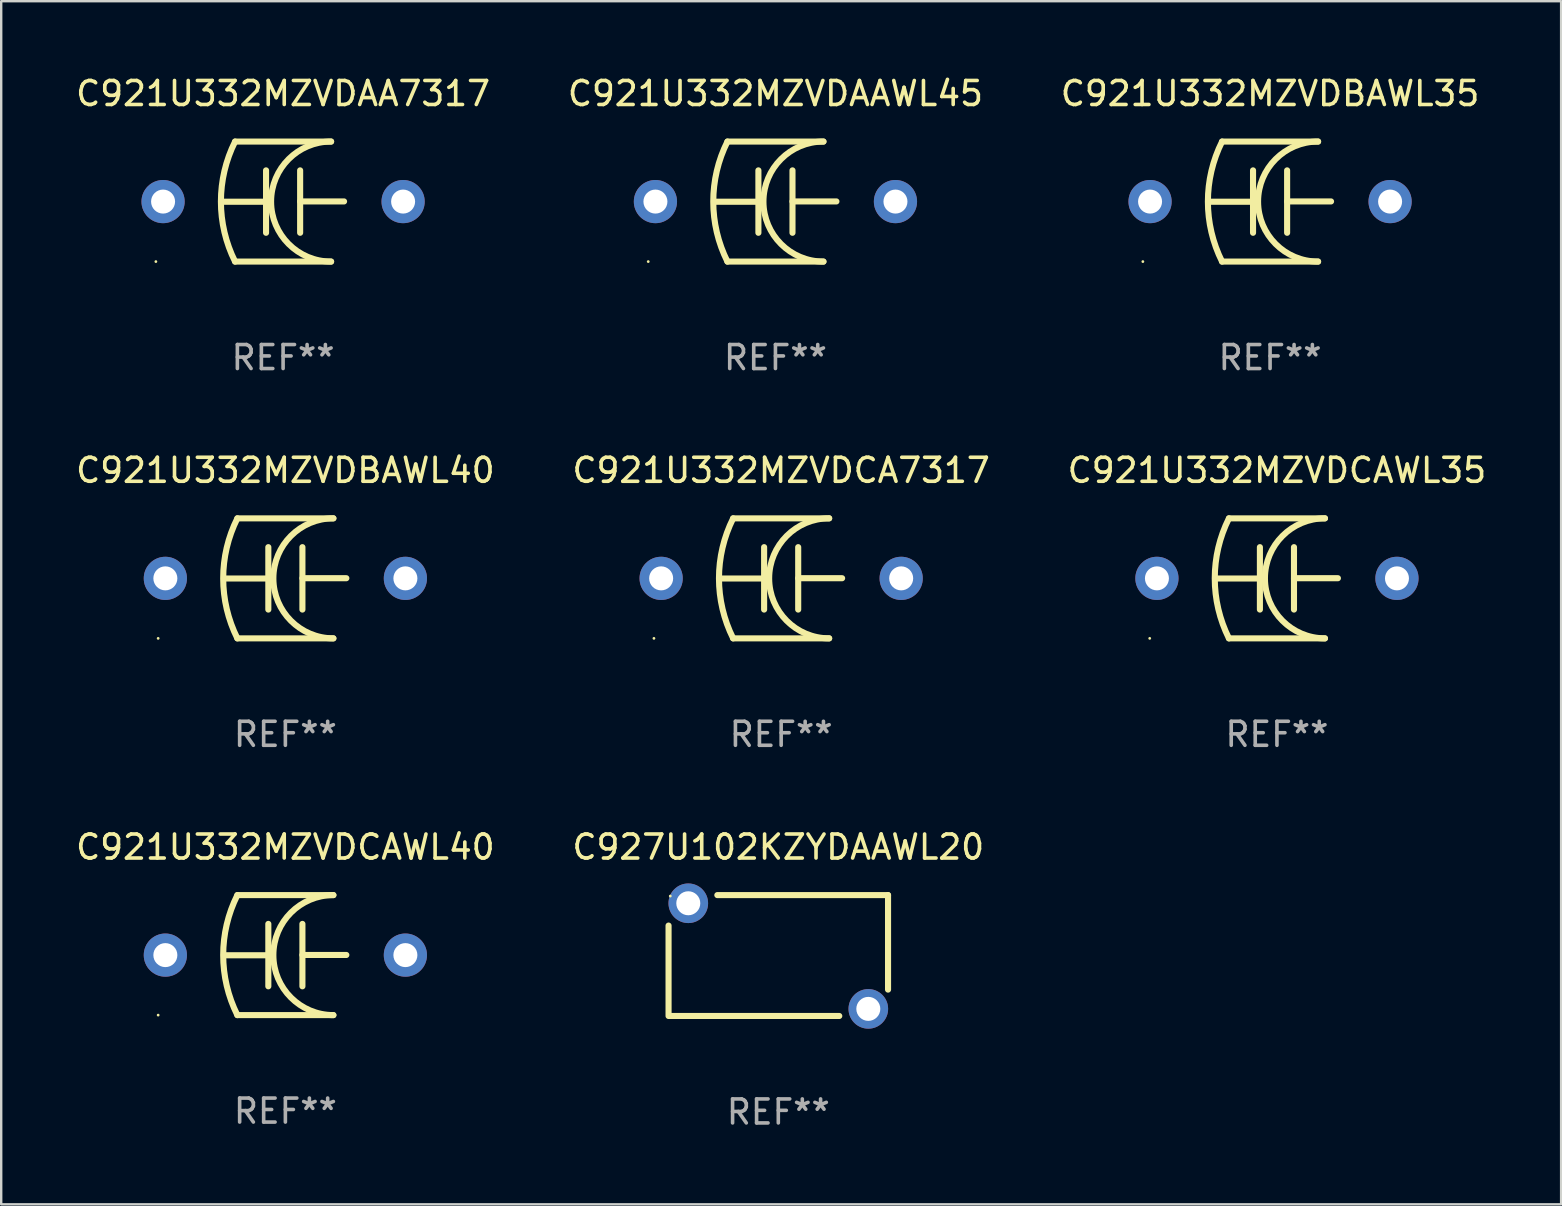
<source format=kicad_pcb>
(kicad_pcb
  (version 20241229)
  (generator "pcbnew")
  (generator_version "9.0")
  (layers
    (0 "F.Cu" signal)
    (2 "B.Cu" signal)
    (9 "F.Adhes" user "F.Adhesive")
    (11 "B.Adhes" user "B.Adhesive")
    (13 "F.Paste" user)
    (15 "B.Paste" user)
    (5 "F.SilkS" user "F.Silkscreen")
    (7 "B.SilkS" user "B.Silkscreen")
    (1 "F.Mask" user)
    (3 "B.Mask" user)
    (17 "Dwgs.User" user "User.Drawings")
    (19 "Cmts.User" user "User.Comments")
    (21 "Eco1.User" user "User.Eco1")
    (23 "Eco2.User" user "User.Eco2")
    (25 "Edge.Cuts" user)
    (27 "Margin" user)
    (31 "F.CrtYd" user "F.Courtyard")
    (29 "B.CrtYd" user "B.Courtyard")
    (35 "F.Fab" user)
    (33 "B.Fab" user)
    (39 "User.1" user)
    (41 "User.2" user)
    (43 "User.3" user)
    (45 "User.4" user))
  (footprint "C927U102KZYDAAWL20"
    (layer "F.Cu")
    (at 29.375 36.759)
    (property "Reference" "C927U102KZYDAAWL20" (at 0 -4.518 0) (layer "F.SilkS") (effects (font (size 1 1) (thickness 0.15))))
    (attr through_hole)
    (fp_line (start -4.572 2.435) (end -4.572 -1.248) (stroke (width 0.254) (type solid)) (layer "F.SilkS"))
    (fp_line (start -4.572 2.518) (end 2.54 2.518) (stroke (width 0.254) (type solid)) (layer "F.SilkS"))
    (fp_line (start -2.54 -2.518) (end 4.572 -2.518) (stroke (width 0.254) (type solid)) (layer "F.SilkS"))
    (fp_line (start 4.572 -2.518) (end 4.572 1.419) (stroke (width 0.254) (type solid)) (layer "F.SilkS"))
    (fp_circle (center -4.5 -2.478) (end -4.47 -2.478) (stroke (width 0.06) (type solid)) (fill no) (layer "F.SilkS"))
    (fp_text user "REF**" (at 0 6.518 0) (layer "F.Fab") (effects (font (size 1 1) (thickness 0.15))))
    (pad "1" thru_hole circle (at -3.75 -2.178) (size 1.65 1.65) (drill 1) (layers "*.Cu" "*.Mask"))
    (pad "2" thru_hole circle (at 3.75 2.222) (size 1.65 1.65) (drill 1) (layers "*.Cu" "*.Mask")))
  (footprint "C921U332MZVDBAWL40"
    (layer "F.Cu")
    (at 8.839 21.045)
    (property "Reference" "C921U332MZVDBAWL40" (at 0 -4.5 0) (layer "F.SilkS") (effects (font (size 1 1) (thickness 0.15))))
    (attr through_hole)
    (fp_line (start -2 -2.5) (end 2 -2.5) (stroke (width 0.254) (type solid)) (layer "F.SilkS"))
    (fp_line (start -0.71 -1.3) (end -0.71 1.3) (stroke (width 0.254) (type solid)) (layer "F.SilkS"))
    (fp_line (start -0.71 0.006) (end -2.54 0.006) (stroke (width 0.254) (type solid)) (layer "F.SilkS"))
    (fp_line (start 0.71 -0.006) (end 2.54 -0.006) (stroke (width 0.254) (type solid)) (layer "F.SilkS"))
    (fp_line (start 0.71 1.3) (end 0.71 -1.3) (stroke (width 0.254) (type solid)) (layer "F.SilkS"))
    (fp_line (start 2 2.5) (end -2 2.5) (stroke (width 0.254) (type solid)) (layer "F.SilkS"))
    (fp_arc (start -2 2.500178) (mid -2.590216 0.000098) (end -2.000076 -2.5) (stroke (width 0.254001) (type solid)) (layer "F.SilkS"))
    (fp_arc (start 1.999924 2.5) (mid -0.500025 -0.000838) (end 2.000508 -2.501092) (stroke (width 0.254001) (type solid)) (layer "F.SilkS"))
    (fp_circle (center -5.3 2.5) (end -5.27 2.5) (stroke (width 0.06) (type solid)) (fill no) (layer "F.SilkS"))
    (fp_text user "REF**" (at 0 6.5 0) (layer "F.Fab") (effects (font (size 1 1) (thickness 0.15))))
    (pad "1" thru_hole circle (at -5 0.000051) (size 1.8 1.8) (drill 1) (layers "*.Cu" "*.Mask"))
    (pad "2" thru_hole circle (at 5 0.000051) (size 1.8 1.8) (drill 1) (layers "*.Cu" "*.Mask")))
  (footprint "C921U332MZVDAA7317"
    (layer "F.Cu")
    (at 8.744 5.348)
    (property "Reference" "C921U332MZVDAA7317" (at 0 -4.5 0) (layer "F.SilkS") (effects (font (size 1 1) (thickness 0.15))))
    (attr through_hole)
    (fp_line (start -2 -2.5) (end 2 -2.5) (stroke (width 0.254) (type solid)) (layer "F.SilkS"))
    (fp_line (start -0.71 -1.3) (end -0.71 1.3) (stroke (width 0.254) (type solid)) (layer "F.SilkS"))
    (fp_line (start -0.71 0.006) (end -2.54 0.006) (stroke (width 0.254) (type solid)) (layer "F.SilkS"))
    (fp_line (start 0.71 -0.006) (end 2.54 -0.006) (stroke (width 0.254) (type solid)) (layer "F.SilkS"))
    (fp_line (start 0.71 1.3) (end 0.71 -1.3) (stroke (width 0.254) (type solid)) (layer "F.SilkS"))
    (fp_line (start 2 2.5) (end -2 2.5) (stroke (width 0.254) (type solid)) (layer "F.SilkS"))
    (fp_arc (start -2 2.500178) (mid -2.590216 0.000098) (end -2.000076 -2.5) (stroke (width 0.254001) (type solid)) (layer "F.SilkS"))
    (fp_arc (start 1.999924 2.5) (mid -0.500025 -0.000838) (end 2.000508 -2.501092) (stroke (width 0.254001) (type solid)) (layer "F.SilkS"))
    (fp_circle (center -5.3 2.5) (end -5.27 2.5) (stroke (width 0.06) (type solid)) (fill no) (layer "F.SilkS"))
    (fp_text user "REF**" (at 0 6.5 0) (layer "F.Fab") (effects (font (size 1 1) (thickness 0.15))))
    (pad "1" thru_hole circle (at -5 0.000051) (size 1.8 1.8) (drill 1) (layers "*.Cu" "*.Mask"))
    (pad "2" thru_hole circle (at 5 0.000051) (size 1.8 1.8) (drill 1) (layers "*.Cu" "*.Mask")))
  (footprint "C921U332MZVDCAWL35"
    (layer "F.Cu")
    (at 50.149 21.045)
    (property "Reference" "C921U332MZVDCAWL35" (at 0 -4.5 0) (layer "F.SilkS") (effects (font (size 1 1) (thickness 0.15))))
    (attr through_hole)
    (fp_line (start -2 -2.5) (end 2 -2.5) (stroke (width 0.254) (type solid)) (layer "F.SilkS"))
    (fp_line (start -0.71 -1.3) (end -0.71 1.3) (stroke (width 0.254) (type solid)) (layer "F.SilkS"))
    (fp_line (start -0.71 0.006) (end -2.54 0.006) (stroke (width 0.254) (type solid)) (layer "F.SilkS"))
    (fp_line (start 0.71 -0.006) (end 2.54 -0.006) (stroke (width 0.254) (type solid)) (layer "F.SilkS"))
    (fp_line (start 0.71 1.3) (end 0.71 -1.3) (stroke (width 0.254) (type solid)) (layer "F.SilkS"))
    (fp_line (start 2 2.5) (end -2 2.5) (stroke (width 0.254) (type solid)) (layer "F.SilkS"))
    (fp_arc (start -2 2.500178) (mid -2.590216 0.000098) (end -2.000076 -2.5) (stroke (width 0.254001) (type solid)) (layer "F.SilkS"))
    (fp_arc (start 1.999924 2.5) (mid -0.500025 -0.000838) (end 2.000508 -2.501092) (stroke (width 0.254001) (type solid)) (layer "F.SilkS"))
    (fp_circle (center -5.3 2.5) (end -5.27 2.5) (stroke (width 0.06) (type solid)) (fill no) (layer "F.SilkS"))
    (fp_text user "REF**" (at 0 6.5 0) (layer "F.Fab") (effects (font (size 1 1) (thickness 0.15))))
    (pad "1" thru_hole circle (at -5 0.000051) (size 1.8 1.8) (drill 1) (layers "*.Cu" "*.Mask"))
    (pad "2" thru_hole circle (at 5 0.000051) (size 1.8 1.8) (drill 1) (layers "*.Cu" "*.Mask")))
  (footprint "C921U332MZVDAAWL45"
    (layer "F.Cu")
    (at 29.256 5.348)
    (property "Reference" "C921U332MZVDAAWL45" (at 0 -4.5 0) (layer "F.SilkS") (effects (font (size 1 1) (thickness 0.15))))
    (attr through_hole)
    (fp_line (start -2 -2.5) (end 2 -2.5) (stroke (width 0.254) (type solid)) (layer "F.SilkS"))
    (fp_line (start -0.71 -1.3) (end -0.71 1.3) (stroke (width 0.254) (type solid)) (layer "F.SilkS"))
    (fp_line (start -0.71 0.006) (end -2.54 0.006) (stroke (width 0.254) (type solid)) (layer "F.SilkS"))
    (fp_line (start 0.71 -0.006) (end 2.54 -0.006) (stroke (width 0.254) (type solid)) (layer "F.SilkS"))
    (fp_line (start 0.71 1.3) (end 0.71 -1.3) (stroke (width 0.254) (type solid)) (layer "F.SilkS"))
    (fp_line (start 2 2.5) (end -2 2.5) (stroke (width 0.254) (type solid)) (layer "F.SilkS"))
    (fp_arc (start -2 2.500178) (mid -2.590216 0.000098) (end -2.000076 -2.5) (stroke (width 0.254001) (type solid)) (layer "F.SilkS"))
    (fp_arc (start 1.999924 2.5) (mid -0.500025 -0.000838) (end 2.000508 -2.501092) (stroke (width 0.254001) (type solid)) (layer "F.SilkS"))
    (fp_circle (center -5.3 2.5) (end -5.27 2.5) (stroke (width 0.06) (type solid)) (fill no) (layer "F.SilkS"))
    (fp_text user "REF**" (at 0 6.5 0) (layer "F.Fab") (effects (font (size 1 1) (thickness 0.15))))
    (pad "1" thru_hole circle (at -5 0.000051) (size 1.8 1.8) (drill 1) (layers "*.Cu" "*.Mask"))
    (pad "2" thru_hole circle (at 5 0.000051) (size 1.8 1.8) (drill 1) (layers "*.Cu" "*.Mask")))
  (footprint "C921U332MZVDCA7317"
    (layer "F.Cu")
    (at 29.494 21.045)
    (property "Reference" "C921U332MZVDCA7317" (at 0 -4.5 0) (layer "F.SilkS") (effects (font (size 1 1) (thickness 0.15))))
    (attr through_hole)
    (fp_line (start -2 -2.5) (end 2 -2.5) (stroke (width 0.254) (type solid)) (layer "F.SilkS"))
    (fp_line (start -0.71 -1.3) (end -0.71 1.3) (stroke (width 0.254) (type solid)) (layer "F.SilkS"))
    (fp_line (start -0.71 0.006) (end -2.54 0.006) (stroke (width 0.254) (type solid)) (layer "F.SilkS"))
    (fp_line (start 0.71 -0.006) (end 2.54 -0.006) (stroke (width 0.254) (type solid)) (layer "F.SilkS"))
    (fp_line (start 0.71 1.3) (end 0.71 -1.3) (stroke (width 0.254) (type solid)) (layer "F.SilkS"))
    (fp_line (start 2 2.5) (end -2 2.5) (stroke (width 0.254) (type solid)) (layer "F.SilkS"))
    (fp_arc (start -2 2.500178) (mid -2.590216 0.000098) (end -2.000076 -2.5) (stroke (width 0.254001) (type solid)) (layer "F.SilkS"))
    (fp_arc (start 1.999924 2.5) (mid -0.500025 -0.000838) (end 2.000508 -2.501092) (stroke (width 0.254001) (type solid)) (layer "F.SilkS"))
    (fp_circle (center -5.3 2.5) (end -5.27 2.5) (stroke (width 0.06) (type solid)) (fill no) (layer "F.SilkS"))
    (fp_text user "REF**" (at 0 6.5 0) (layer "F.Fab") (effects (font (size 1 1) (thickness 0.15))))
    (pad "1" thru_hole circle (at -5 0.000051) (size 1.8 1.8) (drill 1) (layers "*.Cu" "*.Mask"))
    (pad "2" thru_hole circle (at 5 0.000051) (size 1.8 1.8) (drill 1) (layers "*.Cu" "*.Mask")))
  (footprint "C921U332MZVDCAWL40"
    (layer "F.Cu")
    (at 8.839 36.741)
    (property "Reference" "C921U332MZVDCAWL40" (at 0 -4.5 0) (layer "F.SilkS") (effects (font (size 1 1) (thickness 0.15))))
    (attr through_hole)
    (fp_line (start -2 -2.5) (end 2 -2.5) (stroke (width 0.254) (type solid)) (layer "F.SilkS"))
    (fp_line (start -0.71 -1.3) (end -0.71 1.3) (stroke (width 0.254) (type solid)) (layer "F.SilkS"))
    (fp_line (start -0.71 0.006) (end -2.54 0.006) (stroke (width 0.254) (type solid)) (layer "F.SilkS"))
    (fp_line (start 0.71 -0.006) (end 2.54 -0.006) (stroke (width 0.254) (type solid)) (layer "F.SilkS"))
    (fp_line (start 0.71 1.3) (end 0.71 -1.3) (stroke (width 0.254) (type solid)) (layer "F.SilkS"))
    (fp_line (start 2 2.5) (end -2 2.5) (stroke (width 0.254) (type solid)) (layer "F.SilkS"))
    (fp_arc (start -2 2.500178) (mid -2.590216 0.000098) (end -2.000076 -2.5) (stroke (width 0.254001) (type solid)) (layer "F.SilkS"))
    (fp_arc (start 1.999924 2.5) (mid -0.500025 -0.000838) (end 2.000508 -2.501092) (stroke (width 0.254001) (type solid)) (layer "F.SilkS"))
    (fp_circle (center -5.3 2.5) (end -5.27 2.5) (stroke (width 0.06) (type solid)) (fill no) (layer "F.SilkS"))
    (fp_text user "REF**" (at 0 6.5 0) (layer "F.Fab") (effects (font (size 1 1) (thickness 0.15))))
    (pad "1" thru_hole circle (at -5 0.000051) (size 1.8 1.8) (drill 1) (layers "*.Cu" "*.Mask"))
    (pad "2" thru_hole circle (at 5 0.000051) (size 1.8 1.8) (drill 1) (layers "*.Cu" "*.Mask")))
  (footprint "C921U332MZVDBAWL35"
    (layer "F.Cu")
    (at 49.863 5.348)
    (property "Reference" "C921U332MZVDBAWL35" (at 0 -4.5 0) (layer "F.SilkS") (effects (font (size 1 1) (thickness 0.15))))
    (attr through_hole)
    (fp_line (start -2 -2.5) (end 2 -2.5) (stroke (width 0.254) (type solid)) (layer "F.SilkS"))
    (fp_line (start -0.71 -1.3) (end -0.71 1.3) (stroke (width 0.254) (type solid)) (layer "F.SilkS"))
    (fp_line (start -0.71 0.006) (end -2.54 0.006) (stroke (width 0.254) (type solid)) (layer "F.SilkS"))
    (fp_line (start 0.71 -0.006) (end 2.54 -0.006) (stroke (width 0.254) (type solid)) (layer "F.SilkS"))
    (fp_line (start 0.71 1.3) (end 0.71 -1.3) (stroke (width 0.254) (type solid)) (layer "F.SilkS"))
    (fp_line (start 2 2.5) (end -2 2.5) (stroke (width 0.254) (type solid)) (layer "F.SilkS"))
    (fp_arc (start -2 2.500178) (mid -2.590216 0.000098) (end -2.000076 -2.5) (stroke (width 0.254001) (type solid)) (layer "F.SilkS"))
    (fp_arc (start 1.999924 2.5) (mid -0.500025 -0.000838) (end 2.000508 -2.501092) (stroke (width 0.254001) (type solid)) (layer "F.SilkS"))
    (fp_circle (center -5.3 2.5) (end -5.27 2.5) (stroke (width 0.06) (type solid)) (fill no) (layer "F.SilkS"))
    (fp_text user "REF**" (at 0 6.5 0) (layer "F.Fab") (effects (font (size 1 1) (thickness 0.15))))
    (pad "1" thru_hole circle (at -5 0.000051) (size 1.8 1.8) (drill 1) (layers "*.Cu" "*.Mask"))
    (pad "2" thru_hole circle (at 5 0.000051) (size 1.8 1.8) (drill 1) (layers "*.Cu" "*.Mask")))
  (gr_rect
    (start -3 -3)
    (end 61.988 47.125)
    (stroke (width 0.1) (type default))
    (fill no)
    (layer "Edge.Cuts")))
</source>
